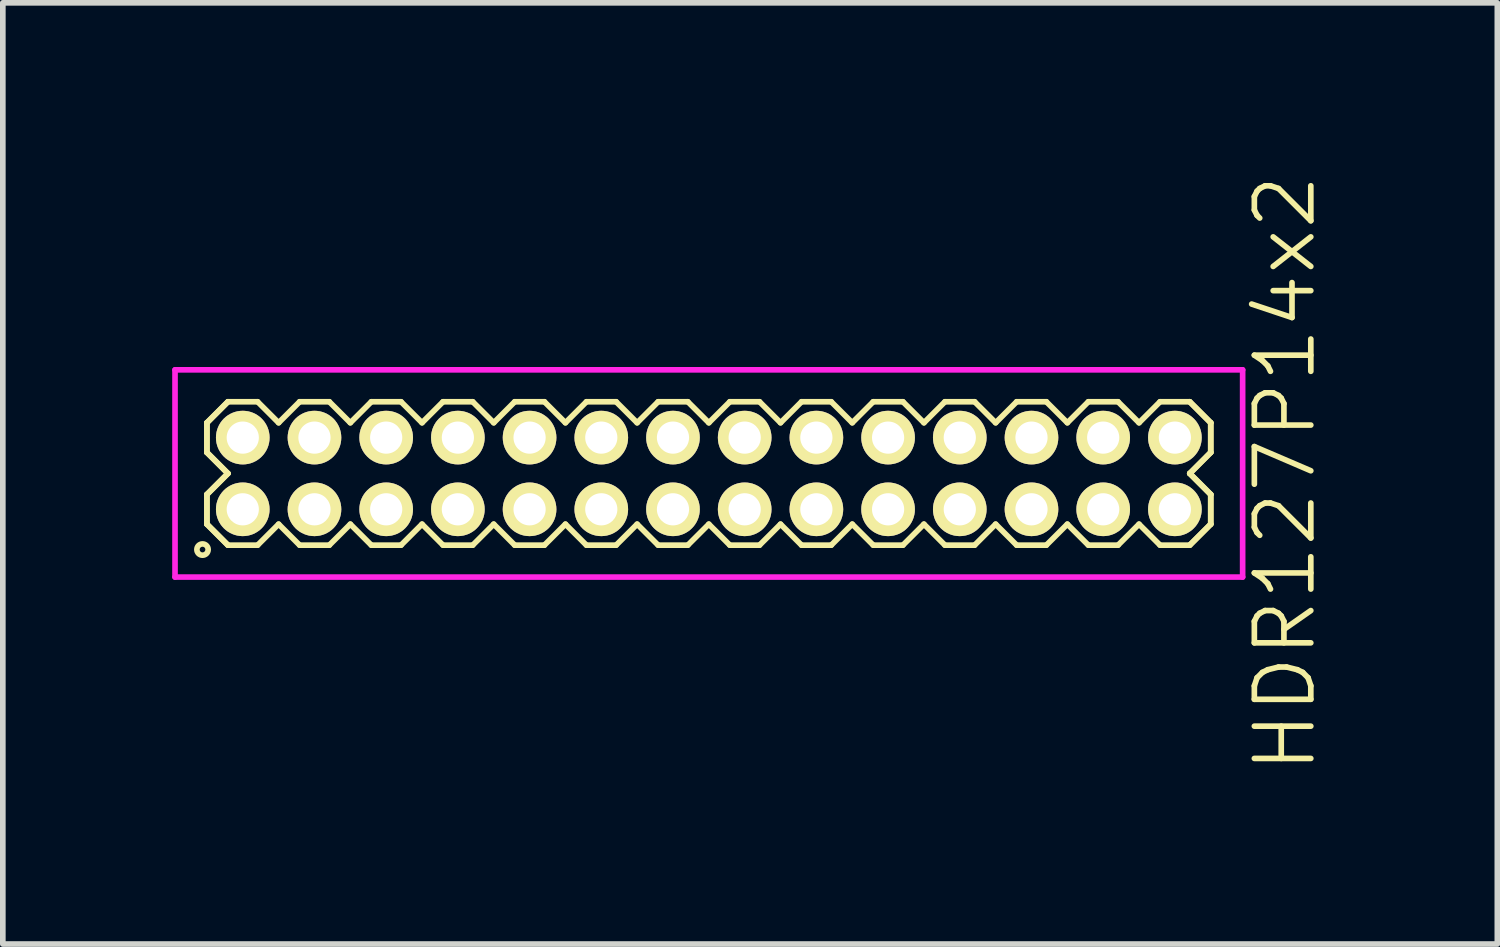
<source format=kicad_pcb>
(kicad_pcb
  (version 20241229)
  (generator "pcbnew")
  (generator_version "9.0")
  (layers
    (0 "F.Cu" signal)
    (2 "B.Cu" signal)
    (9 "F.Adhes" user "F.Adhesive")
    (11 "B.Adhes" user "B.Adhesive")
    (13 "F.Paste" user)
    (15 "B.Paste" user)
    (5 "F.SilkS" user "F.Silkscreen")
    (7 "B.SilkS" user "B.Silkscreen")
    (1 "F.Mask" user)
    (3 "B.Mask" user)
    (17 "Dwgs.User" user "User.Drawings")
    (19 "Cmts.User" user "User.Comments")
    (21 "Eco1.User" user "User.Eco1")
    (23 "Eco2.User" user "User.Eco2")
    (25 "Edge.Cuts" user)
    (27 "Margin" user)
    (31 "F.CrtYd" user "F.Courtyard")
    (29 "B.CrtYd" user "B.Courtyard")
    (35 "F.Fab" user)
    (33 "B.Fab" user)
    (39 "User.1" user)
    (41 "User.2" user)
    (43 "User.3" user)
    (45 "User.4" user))
  (footprint "HDR127P14x2"
    (layer "F.Cu")
    (at 9.505 5.336)
    (property "Reference" "HDR127P14x2" (at 10.205 0 90) (layer "F.SilkS") (effects (font (size 1 1) (thickness 0.1))))
    (attr through_hole)
    (fp_line (start -8.89 -0.898) (end -8.518 -1.27) (stroke (width 0.1) (type solid)) (layer "F.SilkS"))
    (fp_line (start -8.89 -0.898) (end -8.518 -1.27) (stroke (width 0.1) (type solid)) (layer "F.SilkS"))
    (fp_line (start -8.89 -0.372) (end -8.89 -0.898) (stroke (width 0.1) (type solid)) (layer "F.SilkS"))
    (fp_line (start -8.89 -0.372) (end -8.89 -0.898) (stroke (width 0.1) (type solid)) (layer "F.SilkS"))
    (fp_line (start -8.89 0.372) (end -8.518 0) (stroke (width 0.1) (type solid)) (layer "F.SilkS"))
    (fp_line (start -8.89 0.372) (end -8.518 0) (stroke (width 0.1) (type solid)) (layer "F.SilkS"))
    (fp_line (start -8.89 0.898) (end -8.89 0.372) (stroke (width 0.1) (type solid)) (layer "F.SilkS"))
    (fp_line (start -8.89 0.898) (end -8.89 0.372) (stroke (width 0.1) (type solid)) (layer "F.SilkS"))
    (fp_line (start -8.518 -1.27) (end -7.992 -1.27) (stroke (width 0.1) (type solid)) (layer "F.SilkS"))
    (fp_line (start -8.518 0) (end -8.89 -0.372) (stroke (width 0.1) (type solid)) (layer "F.SilkS"))
    (fp_line (start -8.518 0) (end -8.89 -0.372) (stroke (width 0.1) (type solid)) (layer "F.SilkS"))
    (fp_line (start -8.518 1.27) (end -8.89 0.898) (stroke (width 0.1) (type solid)) (layer "F.SilkS"))
    (fp_line (start -8.518 1.27) (end -8.89 0.898) (stroke (width 0.1) (type solid)) (layer "F.SilkS"))
    (fp_line (start -7.992 -1.27) (end -7.62 -0.898) (stroke (width 0.1) (type solid)) (layer "F.SilkS"))
    (fp_line (start -7.992 1.27) (end -8.518 1.27) (stroke (width 0.1) (type solid)) (layer "F.SilkS"))
    (fp_line (start -7.62 -0.898) (end -7.248 -1.27) (stroke (width 0.1) (type solid)) (layer "F.SilkS"))
    (fp_line (start -7.62 0.898) (end -7.992 1.27) (stroke (width 0.1) (type solid)) (layer "F.SilkS"))
    (fp_line (start -7.248 -1.27) (end -6.722 -1.27) (stroke (width 0.1) (type solid)) (layer "F.SilkS"))
    (fp_line (start -7.248 1.27) (end -7.62 0.898) (stroke (width 0.1) (type solid)) (layer "F.SilkS"))
    (fp_line (start -6.722 -1.27) (end -6.35 -0.898) (stroke (width 0.1) (type solid)) (layer "F.SilkS"))
    (fp_line (start -6.722 1.27) (end -7.248 1.27) (stroke (width 0.1) (type solid)) (layer "F.SilkS"))
    (fp_line (start -6.35 -0.898) (end -5.978 -1.27) (stroke (width 0.1) (type solid)) (layer "F.SilkS"))
    (fp_line (start -6.35 0.898) (end -6.722 1.27) (stroke (width 0.1) (type solid)) (layer "F.SilkS"))
    (fp_line (start -5.978 -1.27) (end -5.452 -1.27) (stroke (width 0.1) (type solid)) (layer "F.SilkS"))
    (fp_line (start -5.978 1.27) (end -6.35 0.898) (stroke (width 0.1) (type solid)) (layer "F.SilkS"))
    (fp_line (start -5.452 -1.27) (end -5.08 -0.898) (stroke (width 0.1) (type solid)) (layer "F.SilkS"))
    (fp_line (start -5.452 1.27) (end -5.978 1.27) (stroke (width 0.1) (type solid)) (layer "F.SilkS"))
    (fp_line (start -5.08 -0.898) (end -4.708 -1.27) (stroke (width 0.1) (type solid)) (layer "F.SilkS"))
    (fp_line (start -5.08 0.898) (end -5.452 1.27) (stroke (width 0.1) (type solid)) (layer "F.SilkS"))
    (fp_line (start -4.708 -1.27) (end -4.182 -1.27) (stroke (width 0.1) (type solid)) (layer "F.SilkS"))
    (fp_line (start -4.708 1.27) (end -5.08 0.898) (stroke (width 0.1) (type solid)) (layer "F.SilkS"))
    (fp_line (start -4.182 -1.27) (end -3.81 -0.898) (stroke (width 0.1) (type solid)) (layer "F.SilkS"))
    (fp_line (start -4.182 1.27) (end -4.708 1.27) (stroke (width 0.1) (type solid)) (layer "F.SilkS"))
    (fp_line (start -3.81 -0.898) (end -3.438 -1.27) (stroke (width 0.1) (type solid)) (layer "F.SilkS"))
    (fp_line (start -3.81 0.898) (end -4.182 1.27) (stroke (width 0.1) (type solid)) (layer "F.SilkS"))
    (fp_line (start -3.438 -1.27) (end -2.912 -1.27) (stroke (width 0.1) (type solid)) (layer "F.SilkS"))
    (fp_line (start -3.438 1.27) (end -3.81 0.898) (stroke (width 0.1) (type solid)) (layer "F.SilkS"))
    (fp_line (start -2.912 -1.27) (end -2.54 -0.898) (stroke (width 0.1) (type solid)) (layer "F.SilkS"))
    (fp_line (start -2.912 1.27) (end -3.438 1.27) (stroke (width 0.1) (type solid)) (layer "F.SilkS"))
    (fp_line (start -2.54 -0.898) (end -2.168 -1.27) (stroke (width 0.1) (type solid)) (layer "F.SilkS"))
    (fp_line (start -2.54 0.898) (end -2.912 1.27) (stroke (width 0.1) (type solid)) (layer "F.SilkS"))
    (fp_line (start -2.168 -1.27) (end -1.642 -1.27) (stroke (width 0.1) (type solid)) (layer "F.SilkS"))
    (fp_line (start -2.168 1.27) (end -2.54 0.898) (stroke (width 0.1) (type solid)) (layer "F.SilkS"))
    (fp_line (start -1.642 -1.27) (end -1.27 -0.898) (stroke (width 0.1) (type solid)) (layer "F.SilkS"))
    (fp_line (start -1.642 1.27) (end -2.168 1.27) (stroke (width 0.1) (type solid)) (layer "F.SilkS"))
    (fp_line (start -1.27 -0.898) (end -0.898 -1.27) (stroke (width 0.1) (type solid)) (layer "F.SilkS"))
    (fp_line (start -1.27 0.898) (end -1.642 1.27) (stroke (width 0.1) (type solid)) (layer "F.SilkS"))
    (fp_line (start -0.898 -1.27) (end -0.372 -1.27) (stroke (width 0.1) (type solid)) (layer "F.SilkS"))
    (fp_line (start -0.898 1.27) (end -1.27 0.898) (stroke (width 0.1) (type solid)) (layer "F.SilkS"))
    (fp_line (start -0.372 -1.27) (end 0 -0.898) (stroke (width 0.1) (type solid)) (layer "F.SilkS"))
    (fp_line (start -0.372 1.27) (end -0.898 1.27) (stroke (width 0.1) (type solid)) (layer "F.SilkS"))
    (fp_line (start 0 -0.898) (end 0.372 -1.27) (stroke (width 0.1) (type solid)) (layer "F.SilkS"))
    (fp_line (start 0 0.898) (end -0.372 1.27) (stroke (width 0.1) (type solid)) (layer "F.SilkS"))
    (fp_line (start 0.372 -1.27) (end 0.898 -1.27) (stroke (width 0.1) (type solid)) (layer "F.SilkS"))
    (fp_line (start 0.372 1.27) (end 0 0.898) (stroke (width 0.1) (type solid)) (layer "F.SilkS"))
    (fp_line (start 0.898 -1.27) (end 1.27 -0.898) (stroke (width 0.1) (type solid)) (layer "F.SilkS"))
    (fp_line (start 0.898 1.27) (end 0.372 1.27) (stroke (width 0.1) (type solid)) (layer "F.SilkS"))
    (fp_line (start 1.27 -0.898) (end 1.642 -1.27) (stroke (width 0.1) (type solid)) (layer "F.SilkS"))
    (fp_line (start 1.27 0.898) (end 0.898 1.27) (stroke (width 0.1) (type solid)) (layer "F.SilkS"))
    (fp_line (start 1.642 -1.27) (end 2.168 -1.27) (stroke (width 0.1) (type solid)) (layer "F.SilkS"))
    (fp_line (start 1.642 1.27) (end 1.27 0.898) (stroke (width 0.1) (type solid)) (layer "F.SilkS"))
    (fp_line (start 2.168 -1.27) (end 2.54 -0.898) (stroke (width 0.1) (type solid)) (layer "F.SilkS"))
    (fp_line (start 2.168 1.27) (end 1.642 1.27) (stroke (width 0.1) (type solid)) (layer "F.SilkS"))
    (fp_line (start 2.54 -0.898) (end 2.912 -1.27) (stroke (width 0.1) (type solid)) (layer "F.SilkS"))
    (fp_line (start 2.54 0.898) (end 2.168 1.27) (stroke (width 0.1) (type solid)) (layer "F.SilkS"))
    (fp_line (start 2.912 -1.27) (end 3.438 -1.27) (stroke (width 0.1) (type solid)) (layer "F.SilkS"))
    (fp_line (start 2.912 1.27) (end 2.54 0.898) (stroke (width 0.1) (type solid)) (layer "F.SilkS"))
    (fp_line (start 3.438 -1.27) (end 3.81 -0.898) (stroke (width 0.1) (type solid)) (layer "F.SilkS"))
    (fp_line (start 3.438 1.27) (end 2.912 1.27) (stroke (width 0.1) (type solid)) (layer "F.SilkS"))
    (fp_line (start 3.81 -0.898) (end 4.182 -1.27) (stroke (width 0.1) (type solid)) (layer "F.SilkS"))
    (fp_line (start 3.81 0.898) (end 3.438 1.27) (stroke (width 0.1) (type solid)) (layer "F.SilkS"))
    (fp_line (start 4.182 -1.27) (end 4.708 -1.27) (stroke (width 0.1) (type solid)) (layer "F.SilkS"))
    (fp_line (start 4.182 1.27) (end 3.81 0.898) (stroke (width 0.1) (type solid)) (layer "F.SilkS"))
    (fp_line (start 4.708 -1.27) (end 5.08 -0.898) (stroke (width 0.1) (type solid)) (layer "F.SilkS"))
    (fp_line (start 4.708 1.27) (end 4.182 1.27) (stroke (width 0.1) (type solid)) (layer "F.SilkS"))
    (fp_line (start 5.08 -0.898) (end 5.452 -1.27) (stroke (width 0.1) (type solid)) (layer "F.SilkS"))
    (fp_line (start 5.08 0.898) (end 4.708 1.27) (stroke (width 0.1) (type solid)) (layer "F.SilkS"))
    (fp_line (start 5.452 -1.27) (end 5.978 -1.27) (stroke (width 0.1) (type solid)) (layer "F.SilkS"))
    (fp_line (start 5.452 1.27) (end 5.08 0.898) (stroke (width 0.1) (type solid)) (layer "F.SilkS"))
    (fp_line (start 5.978 -1.27) (end 6.35 -0.898) (stroke (width 0.1) (type solid)) (layer "F.SilkS"))
    (fp_line (start 5.978 1.27) (end 5.452 1.27) (stroke (width 0.1) (type solid)) (layer "F.SilkS"))
    (fp_line (start 6.35 -0.898) (end 6.722 -1.27) (stroke (width 0.1) (type solid)) (layer "F.SilkS"))
    (fp_line (start 6.35 0.898) (end 5.978 1.27) (stroke (width 0.1) (type solid)) (layer "F.SilkS"))
    (fp_line (start 6.722 -1.27) (end 7.248 -1.27) (stroke (width 0.1) (type solid)) (layer "F.SilkS"))
    (fp_line (start 6.722 1.27) (end 6.35 0.898) (stroke (width 0.1) (type solid)) (layer "F.SilkS"))
    (fp_line (start 7.248 -1.27) (end 7.62 -0.898) (stroke (width 0.1) (type solid)) (layer "F.SilkS"))
    (fp_line (start 7.248 1.27) (end 6.722 1.27) (stroke (width 0.1) (type solid)) (layer "F.SilkS"))
    (fp_line (start 7.62 -0.898) (end 7.992 -1.27) (stroke (width 0.1) (type solid)) (layer "F.SilkS"))
    (fp_line (start 7.62 0.898) (end 7.248 1.27) (stroke (width 0.1) (type solid)) (layer "F.SilkS"))
    (fp_line (start 7.992 -1.27) (end 8.518 -1.27) (stroke (width 0.1) (type solid)) (layer "F.SilkS"))
    (fp_line (start 7.992 1.27) (end 7.62 0.898) (stroke (width 0.1) (type solid)) (layer "F.SilkS"))
    (fp_line (start 8.518 -1.27) (end 8.89 -0.898) (stroke (width 0.1) (type solid)) (layer "F.SilkS"))
    (fp_line (start 8.518 -1.27) (end 8.89 -0.898) (stroke (width 0.1) (type solid)) (layer "F.SilkS"))
    (fp_line (start 8.518 0) (end 8.89 0.372) (stroke (width 0.1) (type solid)) (layer "F.SilkS"))
    (fp_line (start 8.518 0) (end 8.89 0.372) (stroke (width 0.1) (type solid)) (layer "F.SilkS"))
    (fp_line (start 8.518 1.27) (end 7.992 1.27) (stroke (width 0.1) (type solid)) (layer "F.SilkS"))
    (fp_line (start 8.89 -0.898) (end 8.89 -0.372) (stroke (width 0.1) (type solid)) (layer "F.SilkS"))
    (fp_line (start 8.89 -0.898) (end 8.89 -0.372) (stroke (width 0.1) (type solid)) (layer "F.SilkS"))
    (fp_line (start 8.89 -0.372) (end 8.518 0) (stroke (width 0.1) (type solid)) (layer "F.SilkS"))
    (fp_line (start 8.89 -0.372) (end 8.518 0) (stroke (width 0.1) (type solid)) (layer "F.SilkS"))
    (fp_line (start 8.89 0.372) (end 8.89 0.898) (stroke (width 0.1) (type solid)) (layer "F.SilkS"))
    (fp_line (start 8.89 0.372) (end 8.89 0.898) (stroke (width 0.1) (type solid)) (layer "F.SilkS"))
    (fp_line (start 8.89 0.898) (end 8.518 1.27) (stroke (width 0.1) (type solid)) (layer "F.SilkS"))
    (fp_line (start 8.89 0.898) (end 8.518 1.27) (stroke (width 0.1) (type solid)) (layer "F.SilkS"))
    (fp_circle (center -8.968 1.348) (end -8.868 1.348) (stroke (width 0.1) (type solid)) (fill no) (layer "F.SilkS"))
    (fp_line (start -9.455 -1.835) (end -9.455 1.835) (stroke (width 0.1) (type solid)) (layer "F.CrtYd"))
    (fp_line (start -9.455 1.835) (end 9.455 1.835) (stroke (width 0.1) (type solid)) (layer "F.CrtYd"))
    (fp_line (start 9.455 -1.835) (end -9.455 -1.835) (stroke (width 0.1) (type solid)) (layer "F.CrtYd"))
    (fp_line (start 9.455 1.835) (end 9.455 -1.835) (stroke (width 0.1) (type solid)) (layer "F.CrtYd"))
    (pad "1" thru_hole oval (at -8.255 0.635) (size 0.95 0.95) (drill 0.57) (layers "*.Cu" "*.Mask" "F.SilkS"))
    (pad "2" thru_hole oval (at -8.255 -0.635) (size 0.95 0.95) (drill 0.57) (layers "*.Cu" "*.Mask" "F.SilkS"))
    (pad "3" thru_hole oval (at -6.985 0.635) (size 0.95 0.95) (drill 0.57) (layers "*.Cu" "*.Mask" "F.SilkS"))
    (pad "4" thru_hole oval (at -6.985 -0.635) (size 0.95 0.95) (drill 0.57) (layers "*.Cu" "*.Mask" "F.SilkS"))
    (pad "5" thru_hole oval (at -5.715 0.635) (size 0.95 0.95) (drill 0.57) (layers "*.Cu" "*.Mask" "F.SilkS"))
    (pad "6" thru_hole oval (at -5.715 -0.635) (size 0.95 0.95) (drill 0.57) (layers "*.Cu" "*.Mask" "F.SilkS"))
    (pad "7" thru_hole oval (at -4.445 0.635) (size 0.95 0.95) (drill 0.57) (layers "*.Cu" "*.Mask" "F.SilkS"))
    (pad "8" thru_hole oval (at -4.445 -0.635) (size 0.95 0.95) (drill 0.57) (layers "*.Cu" "*.Mask" "F.SilkS"))
    (pad "9" thru_hole oval (at -3.175 0.635) (size 0.95 0.95) (drill 0.57) (layers "*.Cu" "*.Mask" "F.SilkS"))
    (pad "10" thru_hole oval (at -3.175 -0.635) (size 0.95 0.95) (drill 0.57) (layers "*.Cu" "*.Mask" "F.SilkS"))
    (pad "11" thru_hole oval (at -1.905 0.635) (size 0.95 0.95) (drill 0.57) (layers "*.Cu" "*.Mask" "F.SilkS"))
    (pad "12" thru_hole oval (at -1.905 -0.635) (size 0.95 0.95) (drill 0.57) (layers "*.Cu" "*.Mask" "F.SilkS"))
    (pad "13" thru_hole oval (at -0.635 0.635) (size 0.95 0.95) (drill 0.57) (layers "*.Cu" "*.Mask" "F.SilkS"))
    (pad "14" thru_hole oval (at -0.635 -0.635) (size 0.95 0.95) (drill 0.57) (layers "*.Cu" "*.Mask" "F.SilkS"))
    (pad "15" thru_hole oval (at 0.635 0.635) (size 0.95 0.95) (drill 0.57) (layers "*.Cu" "*.Mask" "F.SilkS"))
    (pad "16" thru_hole oval (at 0.635 -0.635) (size 0.95 0.95) (drill 0.57) (layers "*.Cu" "*.Mask" "F.SilkS"))
    (pad "17" thru_hole oval (at 1.905 0.635) (size 0.95 0.95) (drill 0.57) (layers "*.Cu" "*.Mask" "F.SilkS"))
    (pad "18" thru_hole oval (at 1.905 -0.635) (size 0.95 0.95) (drill 0.57) (layers "*.Cu" "*.Mask" "F.SilkS"))
    (pad "19" thru_hole oval (at 3.175 0.635) (size 0.95 0.95) (drill 0.57) (layers "*.Cu" "*.Mask" "F.SilkS"))
    (pad "20" thru_hole oval (at 3.175 -0.635) (size 0.95 0.95) (drill 0.57) (layers "*.Cu" "*.Mask" "F.SilkS"))
    (pad "21" thru_hole oval (at 4.445 0.635) (size 0.95 0.95) (drill 0.57) (layers "*.Cu" "*.Mask" "F.SilkS"))
    (pad "22" thru_hole oval (at 4.445 -0.635) (size 0.95 0.95) (drill 0.57) (layers "*.Cu" "*.Mask" "F.SilkS"))
    (pad "23" thru_hole oval (at 5.715 0.635) (size 0.95 0.95) (drill 0.57) (layers "*.Cu" "*.Mask" "F.SilkS"))
    (pad "24" thru_hole oval (at 5.715 -0.635) (size 0.95 0.95) (drill 0.57) (layers "*.Cu" "*.Mask" "F.SilkS"))
    (pad "25" thru_hole oval (at 6.985 0.635) (size 0.95 0.95) (drill 0.57) (layers "*.Cu" "*.Mask" "F.SilkS"))
    (pad "26" thru_hole oval (at 6.985 -0.635) (size 0.95 0.95) (drill 0.57) (layers "*.Cu" "*.Mask" "F.SilkS"))
    (pad "27" thru_hole oval (at 8.255 0.635) (size 0.95 0.95) (drill 0.57) (layers "*.Cu" "*.Mask" "F.SilkS"))
    (pad "28" thru_hole oval (at 8.255 -0.635) (size 0.95 0.95) (drill 0.57) (layers "*.Cu" "*.Mask" "F.SilkS")))
  (gr_rect
    (start -3 -3)
    (end 23.471 13.671)
    (stroke (width 0.1) (type default))
    (fill no)
    (layer "Edge.Cuts")))
</source>
